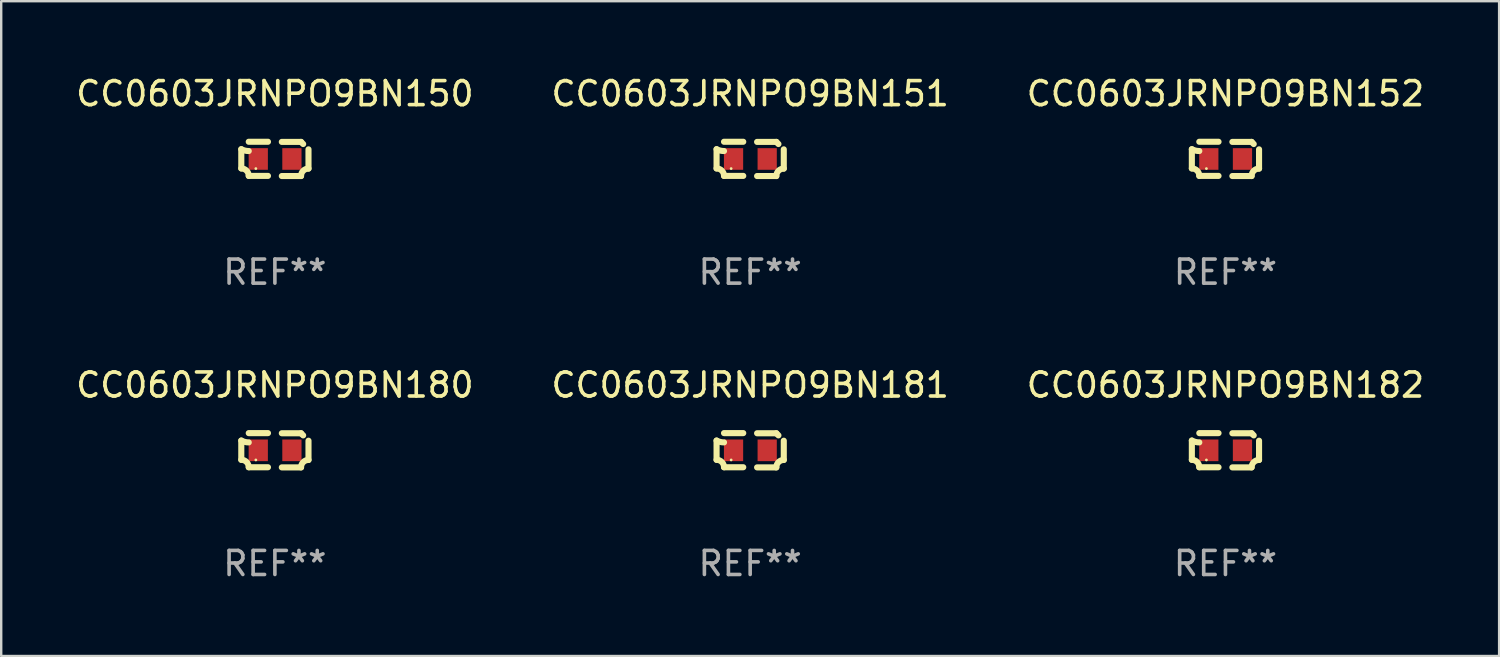
<source format=kicad_pcb>
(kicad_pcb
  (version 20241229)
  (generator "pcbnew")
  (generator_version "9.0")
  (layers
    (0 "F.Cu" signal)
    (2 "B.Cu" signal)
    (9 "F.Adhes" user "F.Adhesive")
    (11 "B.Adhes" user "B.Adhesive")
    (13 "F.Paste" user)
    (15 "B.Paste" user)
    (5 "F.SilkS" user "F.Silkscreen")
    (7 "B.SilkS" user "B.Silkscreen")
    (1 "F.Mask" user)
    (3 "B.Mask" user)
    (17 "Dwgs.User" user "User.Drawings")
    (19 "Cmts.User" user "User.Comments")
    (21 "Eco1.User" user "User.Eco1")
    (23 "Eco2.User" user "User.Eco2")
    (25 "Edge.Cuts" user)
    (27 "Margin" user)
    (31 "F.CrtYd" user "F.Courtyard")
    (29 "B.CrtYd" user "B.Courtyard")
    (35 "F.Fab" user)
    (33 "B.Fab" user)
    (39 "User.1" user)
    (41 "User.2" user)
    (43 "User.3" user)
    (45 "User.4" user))
  (footprint "CC0603JRNPO9BN181"
    (layer "F.Cu")
    (at 28.161 15.683)
    (property "Reference" "CC0603JRNPO9BN181" (at 0 -2.713 0) (layer "F.SilkS") (effects (font (size 1 1) (thickness 0.15))))
    (attr through_hole)
    (fp_line (start -1.398 -0.403) (end -1.398 0.397) (stroke (width 0.254) (type solid)) (layer "F.SilkS"))
    (fp_line (start -0.288 -0.713) (end -1.088 -0.713) (stroke (width 0.254) (type solid)) (layer "F.SilkS"))
    (fp_line (start -0.288 0.707) (end -1.088 0.707) (stroke (width 0.254) (type solid)) (layer "F.SilkS"))
    (fp_line (start 0.288 -0.707) (end 1.088 -0.707) (stroke (width 0.254) (type solid)) (layer "F.SilkS"))
    (fp_line (start 0.288 0.713) (end 1.088 0.713) (stroke (width 0.254) (type solid)) (layer "F.SilkS"))
    (fp_line (start 1.398 -0.397) (end 1.398 0.403) (stroke (width 0.254) (type solid)) (layer "F.SilkS"))
    (fp_arc (start -1.397789 0.397066) (mid -1.178701 0.487826) (end -1.08796 0.706922) (stroke (width 0.254001) (type solid)) (layer "F.SilkS"))
    (fp_arc (start -1.08796 -0.327176) (mid -1.247436 -0.346384) (end -1.39779 -0.402908) (stroke (width 0.254001) (type solid)) (layer "F.SilkS"))
    (fp_arc (start 1.087909 0.712738) (mid 1.178656 0.493655) (end 1.397739 0.402908) (stroke (width 0.254001) (type solid)) (layer "F.SilkS"))
    (fp_arc (start 1.175925 -0.618926) (mid 1.131917 -0.662923) (end 1.08791 -0.706922) (stroke (width 0.254001) (type solid)) (layer "F.SilkS"))
    (fp_circle (center -0.792 0.403) (end -0.762 0.403) (stroke (width 0.06) (type solid)) (fill no) (layer "F.SilkS"))
    (fp_text user "REF**" (at 0 4.713 0) (layer "F.Fab") (effects (font (size 1 1) (thickness 0.15))))
    (pad "1" smd rect (at -0.692 0.003) (size 0.8 0.9) (layers "F.Cu" "F.Mask" "F.Paste"))
    (pad "2" smd rect (at 0.708 0.003) (size 0.8 0.9) (layers "F.Cu" "F.Mask" "F.Paste")))
  (footprint "CC0603JRNPO9BN180"
    (layer "F.Cu")
    (at 8.387 15.683)
    (property "Reference" "CC0603JRNPO9BN180" (at 0 -2.713 0) (layer "F.SilkS") (effects (font (size 1 1) (thickness 0.15))))
    (attr through_hole)
    (fp_line (start -1.398 -0.403) (end -1.398 0.397) (stroke (width 0.254) (type solid)) (layer "F.SilkS"))
    (fp_line (start -0.288 -0.713) (end -1.088 -0.713) (stroke (width 0.254) (type solid)) (layer "F.SilkS"))
    (fp_line (start -0.288 0.707) (end -1.088 0.707) (stroke (width 0.254) (type solid)) (layer "F.SilkS"))
    (fp_line (start 0.288 -0.707) (end 1.088 -0.707) (stroke (width 0.254) (type solid)) (layer "F.SilkS"))
    (fp_line (start 0.288 0.713) (end 1.088 0.713) (stroke (width 0.254) (type solid)) (layer "F.SilkS"))
    (fp_line (start 1.398 -0.397) (end 1.398 0.403) (stroke (width 0.254) (type solid)) (layer "F.SilkS"))
    (fp_arc (start -1.397789 0.397066) (mid -1.178701 0.487826) (end -1.08796 0.706922) (stroke (width 0.254001) (type solid)) (layer "F.SilkS"))
    (fp_arc (start -1.08796 -0.327176) (mid -1.247436 -0.346384) (end -1.39779 -0.402908) (stroke (width 0.254001) (type solid)) (layer "F.SilkS"))
    (fp_arc (start 1.087909 0.712738) (mid 1.178656 0.493655) (end 1.397739 0.402908) (stroke (width 0.254001) (type solid)) (layer "F.SilkS"))
    (fp_arc (start 1.175925 -0.618926) (mid 1.131917 -0.662923) (end 1.08791 -0.706922) (stroke (width 0.254001) (type solid)) (layer "F.SilkS"))
    (fp_circle (center -0.792 0.403) (end -0.762 0.403) (stroke (width 0.06) (type solid)) (fill no) (layer "F.SilkS"))
    (fp_text user "REF**" (at 0 4.713 0) (layer "F.Fab") (effects (font (size 1 1) (thickness 0.15))))
    (pad "1" smd rect (at -0.692 0.003) (size 0.8 0.9) (layers "F.Cu" "F.Mask" "F.Paste"))
    (pad "2" smd rect (at 0.708 0.003) (size 0.8 0.9) (layers "F.Cu" "F.Mask" "F.Paste")))
  (footprint "CC0603JRNPO9BN150"
    (layer "F.Cu")
    (at 8.387 3.561)
    (property "Reference" "CC0603JRNPO9BN150" (at 0 -2.713 0) (layer "F.SilkS") (effects (font (size 1 1) (thickness 0.15))))
    (attr through_hole)
    (fp_line (start -1.398 -0.403) (end -1.398 0.397) (stroke (width 0.254) (type solid)) (layer "F.SilkS"))
    (fp_line (start -0.288 -0.713) (end -1.088 -0.713) (stroke (width 0.254) (type solid)) (layer "F.SilkS"))
    (fp_line (start -0.288 0.707) (end -1.088 0.707) (stroke (width 0.254) (type solid)) (layer "F.SilkS"))
    (fp_line (start 0.288 -0.707) (end 1.088 -0.707) (stroke (width 0.254) (type solid)) (layer "F.SilkS"))
    (fp_line (start 0.288 0.713) (end 1.088 0.713) (stroke (width 0.254) (type solid)) (layer "F.SilkS"))
    (fp_line (start 1.398 -0.397) (end 1.398 0.403) (stroke (width 0.254) (type solid)) (layer "F.SilkS"))
    (fp_arc (start -1.397789 0.397066) (mid -1.178701 0.487826) (end -1.08796 0.706922) (stroke (width 0.254001) (type solid)) (layer "F.SilkS"))
    (fp_arc (start -1.08796 -0.327176) (mid -1.247436 -0.346384) (end -1.39779 -0.402908) (stroke (width 0.254001) (type solid)) (layer "F.SilkS"))
    (fp_arc (start 1.087909 0.712738) (mid 1.178656 0.493655) (end 1.397739 0.402908) (stroke (width 0.254001) (type solid)) (layer "F.SilkS"))
    (fp_arc (start 1.175925 -0.618926) (mid 1.131917 -0.662923) (end 1.08791 -0.706922) (stroke (width 0.254001) (type solid)) (layer "F.SilkS"))
    (fp_circle (center -0.792 0.403) (end -0.762 0.403) (stroke (width 0.06) (type solid)) (fill no) (layer "F.SilkS"))
    (fp_text user "REF**" (at 0 4.713 0) (layer "F.Fab") (effects (font (size 1 1) (thickness 0.15))))
    (pad "1" smd rect (at -0.692 0.003) (size 0.8 0.9) (layers "F.Cu" "F.Mask" "F.Paste"))
    (pad "2" smd rect (at 0.708 0.003) (size 0.8 0.9) (layers "F.Cu" "F.Mask" "F.Paste")))
  (footprint "CC0603JRNPO9BN182"
    (layer "F.Cu")
    (at 47.935 15.683)
    (property "Reference" "CC0603JRNPO9BN182" (at 0 -2.713 0) (layer "F.SilkS") (effects (font (size 1 1) (thickness 0.15))))
    (attr through_hole)
    (fp_line (start -1.398 -0.403) (end -1.398 0.397) (stroke (width 0.254) (type solid)) (layer "F.SilkS"))
    (fp_line (start -0.288 -0.713) (end -1.088 -0.713) (stroke (width 0.254) (type solid)) (layer "F.SilkS"))
    (fp_line (start -0.288 0.707) (end -1.088 0.707) (stroke (width 0.254) (type solid)) (layer "F.SilkS"))
    (fp_line (start 0.288 -0.707) (end 1.088 -0.707) (stroke (width 0.254) (type solid)) (layer "F.SilkS"))
    (fp_line (start 0.288 0.713) (end 1.088 0.713) (stroke (width 0.254) (type solid)) (layer "F.SilkS"))
    (fp_line (start 1.398 -0.397) (end 1.398 0.403) (stroke (width 0.254) (type solid)) (layer "F.SilkS"))
    (fp_arc (start -1.397789 0.397066) (mid -1.178701 0.487826) (end -1.08796 0.706922) (stroke (width 0.254001) (type solid)) (layer "F.SilkS"))
    (fp_arc (start -1.08796 -0.327176) (mid -1.247436 -0.346384) (end -1.39779 -0.402908) (stroke (width 0.254001) (type solid)) (layer "F.SilkS"))
    (fp_arc (start 1.087909 0.712738) (mid 1.178656 0.493655) (end 1.397739 0.402908) (stroke (width 0.254001) (type solid)) (layer "F.SilkS"))
    (fp_arc (start 1.175925 -0.618926) (mid 1.131917 -0.662923) (end 1.08791 -0.706922) (stroke (width 0.254001) (type solid)) (layer "F.SilkS"))
    (fp_circle (center -0.792 0.403) (end -0.762 0.403) (stroke (width 0.06) (type solid)) (fill no) (layer "F.SilkS"))
    (fp_text user "REF**" (at 0 4.713 0) (layer "F.Fab") (effects (font (size 1 1) (thickness 0.15))))
    (pad "1" smd rect (at -0.692 0.003) (size 0.8 0.9) (layers "F.Cu" "F.Mask" "F.Paste"))
    (pad "2" smd rect (at 0.708 0.003) (size 0.8 0.9) (layers "F.Cu" "F.Mask" "F.Paste")))
  (footprint "CC0603JRNPO9BN151"
    (layer "F.Cu")
    (at 28.161 3.561)
    (property "Reference" "CC0603JRNPO9BN151" (at 0 -2.713 0) (layer "F.SilkS") (effects (font (size 1 1) (thickness 0.15))))
    (attr through_hole)
    (fp_line (start -1.398 -0.403) (end -1.398 0.397) (stroke (width 0.254) (type solid)) (layer "F.SilkS"))
    (fp_line (start -0.288 -0.713) (end -1.088 -0.713) (stroke (width 0.254) (type solid)) (layer "F.SilkS"))
    (fp_line (start -0.288 0.707) (end -1.088 0.707) (stroke (width 0.254) (type solid)) (layer "F.SilkS"))
    (fp_line (start 0.288 -0.707) (end 1.088 -0.707) (stroke (width 0.254) (type solid)) (layer "F.SilkS"))
    (fp_line (start 0.288 0.713) (end 1.088 0.713) (stroke (width 0.254) (type solid)) (layer "F.SilkS"))
    (fp_line (start 1.398 -0.397) (end 1.398 0.403) (stroke (width 0.254) (type solid)) (layer "F.SilkS"))
    (fp_arc (start -1.397789 0.397066) (mid -1.178701 0.487826) (end -1.08796 0.706922) (stroke (width 0.254001) (type solid)) (layer "F.SilkS"))
    (fp_arc (start -1.08796 -0.327176) (mid -1.247436 -0.346384) (end -1.39779 -0.402908) (stroke (width 0.254001) (type solid)) (layer "F.SilkS"))
    (fp_arc (start 1.087909 0.712738) (mid 1.178656 0.493655) (end 1.397739 0.402908) (stroke (width 0.254001) (type solid)) (layer "F.SilkS"))
    (fp_arc (start 1.175925 -0.618926) (mid 1.131917 -0.662923) (end 1.08791 -0.706922) (stroke (width 0.254001) (type solid)) (layer "F.SilkS"))
    (fp_circle (center -0.792 0.403) (end -0.762 0.403) (stroke (width 0.06) (type solid)) (fill no) (layer "F.SilkS"))
    (fp_text user "REF**" (at 0 4.713 0) (layer "F.Fab") (effects (font (size 1 1) (thickness 0.15))))
    (pad "1" smd rect (at -0.692 0.003) (size 0.8 0.9) (layers "F.Cu" "F.Mask" "F.Paste"))
    (pad "2" smd rect (at 0.708 0.003) (size 0.8 0.9) (layers "F.Cu" "F.Mask" "F.Paste")))
  (footprint "CC0603JRNPO9BN152"
    (layer "F.Cu")
    (at 47.935 3.561)
    (property "Reference" "CC0603JRNPO9BN152" (at 0 -2.713 0) (layer "F.SilkS") (effects (font (size 1 1) (thickness 0.15))))
    (attr through_hole)
    (fp_line (start -1.398 -0.403) (end -1.398 0.397) (stroke (width 0.254) (type solid)) (layer "F.SilkS"))
    (fp_line (start -0.288 -0.713) (end -1.088 -0.713) (stroke (width 0.254) (type solid)) (layer "F.SilkS"))
    (fp_line (start -0.288 0.707) (end -1.088 0.707) (stroke (width 0.254) (type solid)) (layer "F.SilkS"))
    (fp_line (start 0.288 -0.707) (end 1.088 -0.707) (stroke (width 0.254) (type solid)) (layer "F.SilkS"))
    (fp_line (start 0.288 0.713) (end 1.088 0.713) (stroke (width 0.254) (type solid)) (layer "F.SilkS"))
    (fp_line (start 1.398 -0.397) (end 1.398 0.403) (stroke (width 0.254) (type solid)) (layer "F.SilkS"))
    (fp_arc (start -1.397789 0.397066) (mid -1.178701 0.487826) (end -1.08796 0.706922) (stroke (width 0.254001) (type solid)) (layer "F.SilkS"))
    (fp_arc (start -1.08796 -0.327176) (mid -1.247436 -0.346384) (end -1.39779 -0.402908) (stroke (width 0.254001) (type solid)) (layer "F.SilkS"))
    (fp_arc (start 1.087909 0.712738) (mid 1.178656 0.493655) (end 1.397739 0.402908) (stroke (width 0.254001) (type solid)) (layer "F.SilkS"))
    (fp_arc (start 1.175925 -0.618926) (mid 1.131917 -0.662923) (end 1.08791 -0.706922) (stroke (width 0.254001) (type solid)) (layer "F.SilkS"))
    (fp_circle (center -0.792 0.403) (end -0.762 0.403) (stroke (width 0.06) (type solid)) (fill no) (layer "F.SilkS"))
    (fp_text user "REF**" (at 0 4.713 0) (layer "F.Fab") (effects (font (size 1 1) (thickness 0.15))))
    (pad "1" smd rect (at -0.692 0.003) (size 0.8 0.9) (layers "F.Cu" "F.Mask" "F.Paste"))
    (pad "2" smd rect (at 0.708 0.003) (size 0.8 0.9) (layers "F.Cu" "F.Mask" "F.Paste")))
  (gr_rect
    (start -3 -3)
    (end 59.321 24.244)
    (stroke (width 0.1) (type default))
    (fill no)
    (layer "Edge.Cuts")))
</source>
